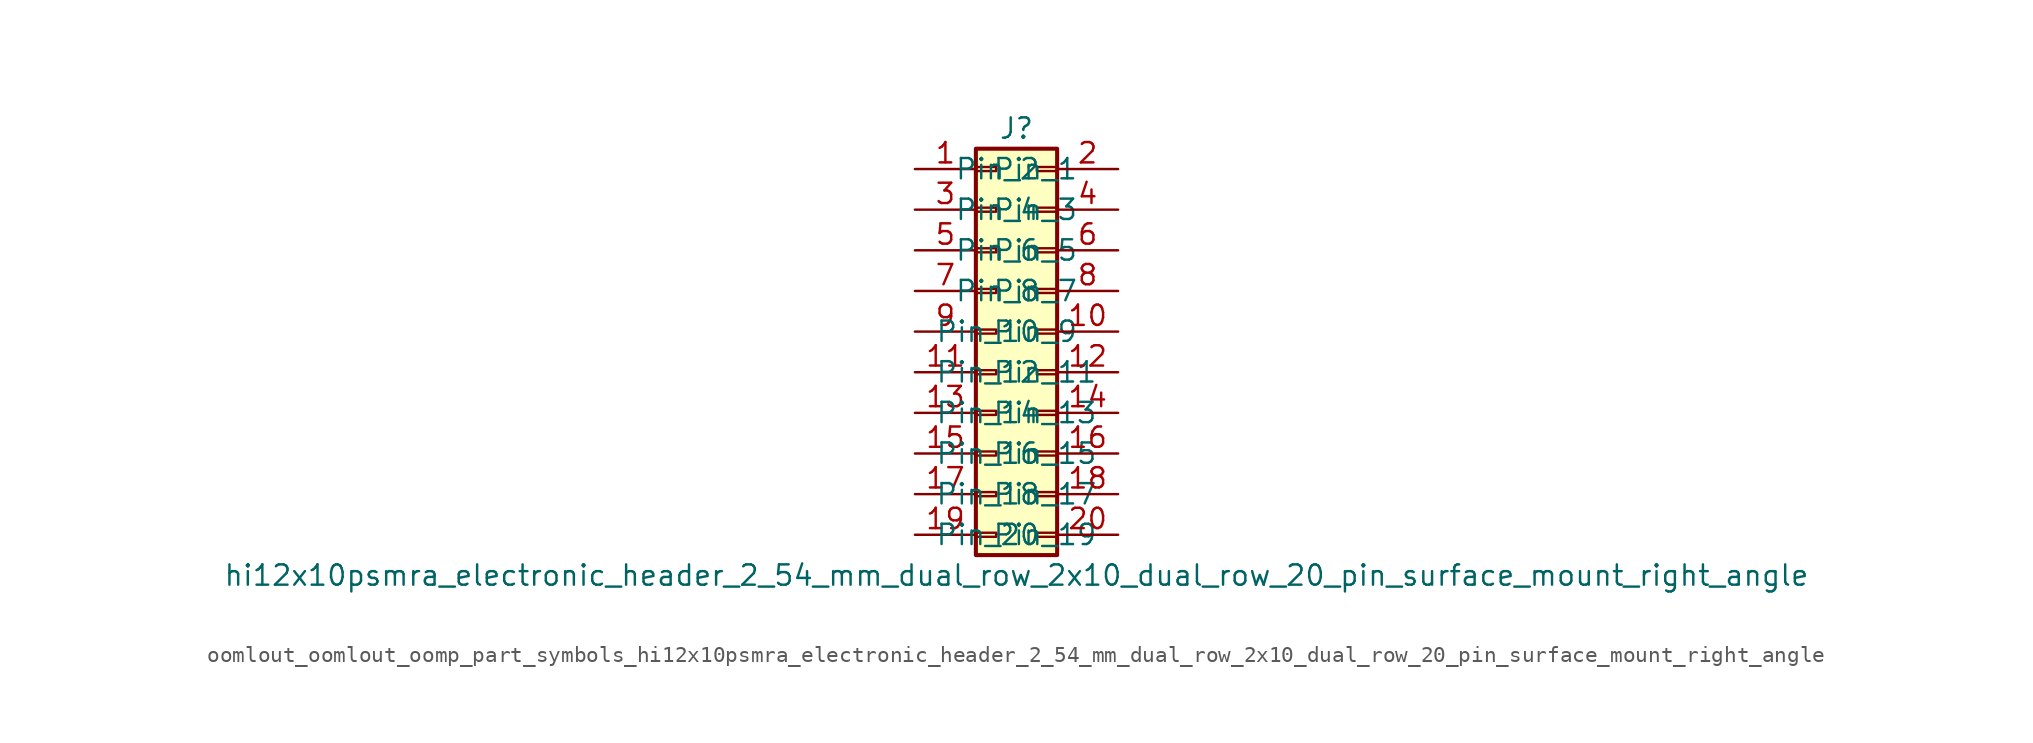
<source format=kicad_sym>
(kicad_symbol_lib
  (version 20220914)
  (generator kicad_symbol_editor)
  (symbol "oomlout_oomlout_oomp_part_symbols_hi12x10psmra_electronic_header_2_54_mm_dual_row_2x10_dual_row_20_pin_surface_mount_right_angle"
    (pin_names
      (offset 1.016))
    (property "Reference" "J"
      (at 1.27 12.7 0)
      (effects (font (size 1.27 1.27))))
    (property "Value" "hi12x10psmra_electronic_header_2_54_mm_dual_row_2x10_dual_row_20_pin_surface_mount_right_angle"
      (at 1.27 -15.24 0)
      (effects (font (size 1.27 1.27))))
    (symbol "oomlout_oomlout_oomp_part_symbols_hi12x10psmra_electronic_header_2_54_mm_dual_row_2x10_dual_row_20_pin_surface_mount_right_angle_1_1"
      (rectangle (start -1.27 -12.573) (end 0 -12.827) (stroke (width 0.152) (type default)) (fill (type none)))
      (rectangle (start -1.27 -10.033) (end 0 -10.287) (stroke (width 0.152) (type default)) (fill (type none)))
      (rectangle (start -1.27 -7.493) (end 0 -7.747) (stroke (width 0.152) (type default)) (fill (type none)))
      (rectangle (start -1.27 -4.953) (end 0 -5.207) (stroke (width 0.152) (type default)) (fill (type none)))
      (rectangle (start -1.27 -2.413) (end 0 -2.667) (stroke (width 0.152) (type default)) (fill (type none)))
      (rectangle (start -1.27 0.127) (end 0 -0.127) (stroke (width 0.152) (type default)) (fill (type none)))
      (rectangle (start -1.27 2.667) (end 0 2.413) (stroke (width 0.152) (type default)) (fill (type none)))
      (rectangle (start -1.27 5.207) (end 0 4.953) (stroke (width 0.152) (type default)) (fill (type none)))
      (rectangle (start -1.27 7.747) (end 0 7.493) (stroke (width 0.152) (type default)) (fill (type none)))
      (rectangle (start -1.27 10.287) (end 0 10.033) (stroke (width 0.152) (type default)) (fill (type none)))
      (rectangle (start -1.27 11.43) (end 3.81 -13.97) (stroke (width 0.254) (type default)) (fill (type background)))
      (rectangle (start 3.81 -12.573) (end 2.54 -12.827) (stroke (width 0.152) (type default)) (fill (type none)))
      (rectangle (start 3.81 -10.033) (end 2.54 -10.287) (stroke (width 0.152) (type default)) (fill (type none)))
      (rectangle (start 3.81 -7.493) (end 2.54 -7.747) (stroke (width 0.152) (type default)) (fill (type none)))
      (rectangle (start 3.81 -4.953) (end 2.54 -5.207) (stroke (width 0.152) (type default)) (fill (type none)))
      (rectangle (start 3.81 -2.413) (end 2.54 -2.667) (stroke (width 0.152) (type default)) (fill (type none)))
      (rectangle (start 3.81 0.127) (end 2.54 -0.127) (stroke (width 0.152) (type default)) (fill (type none)))
      (rectangle (start 3.81 2.667) (end 2.54 2.413) (stroke (width 0.152) (type default)) (fill (type none)))
      (rectangle (start 3.81 5.207) (end 2.54 4.953) (stroke (width 0.152) (type default)) (fill (type none)))
      (rectangle (start 3.81 7.747) (end 2.54 7.493) (stroke (width 0.152) (type default)) (fill (type none)))
      (rectangle (start 3.81 10.287) (end 2.54 10.033) (stroke (width 0.152) (type default)) (fill (type none)))
      (pin passive line (at -5.08 10.16 0) (length 3.81) (name "Pin_1" (effects (font (size 1.27 1.27)))) (number "1" (effects (font (size 1.27 1.27)))))
      (pin passive line (at 7.62 0 180) (length 3.81) (name "Pin_10" (effects (font (size 1.27 1.27)))) (number "10" (effects (font (size 1.27 1.27)))))
      (pin passive line (at -5.08 -2.54 0) (length 3.81) (name "Pin_11" (effects (font (size 1.27 1.27)))) (number "11" (effects (font (size 1.27 1.27)))))
      (pin passive line (at 7.62 -2.54 180) (length 3.81) (name "Pin_12" (effects (font (size 1.27 1.27)))) (number "12" (effects (font (size 1.27 1.27)))))
      (pin passive line (at -5.08 -5.08 0) (length 3.81) (name "Pin_13" (effects (font (size 1.27 1.27)))) (number "13" (effects (font (size 1.27 1.27)))))
      (pin passive line (at 7.62 -5.08 180) (length 3.81) (name "Pin_14" (effects (font (size 1.27 1.27)))) (number "14" (effects (font (size 1.27 1.27)))))
      (pin passive line (at -5.08 -7.62 0) (length 3.81) (name "Pin_15" (effects (font (size 1.27 1.27)))) (number "15" (effects (font (size 1.27 1.27)))))
      (pin passive line (at 7.62 -7.62 180) (length 3.81) (name "Pin_16" (effects (font (size 1.27 1.27)))) (number "16" (effects (font (size 1.27 1.27)))))
      (pin passive line (at -5.08 -10.16 0) (length 3.81) (name "Pin_17" (effects (font (size 1.27 1.27)))) (number "17" (effects (font (size 1.27 1.27)))))
      (pin passive line (at 7.62 -10.16 180) (length 3.81) (name "Pin_18" (effects (font (size 1.27 1.27)))) (number "18" (effects (font (size 1.27 1.27)))))
      (pin passive line (at -5.08 -12.7 0) (length 3.81) (name "Pin_19" (effects (font (size 1.27 1.27)))) (number "19" (effects (font (size 1.27 1.27)))))
      (pin passive line (at 7.62 10.16 180) (length 3.81) (name "Pin_2" (effects (font (size 1.27 1.27)))) (number "2" (effects (font (size 1.27 1.27)))))
      (pin passive line (at 7.62 -12.7 180) (length 3.81) (name "Pin_20" (effects (font (size 1.27 1.27)))) (number "20" (effects (font (size 1.27 1.27)))))
      (pin passive line (at -5.08 7.62 0) (length 3.81) (name "Pin_3" (effects (font (size 1.27 1.27)))) (number "3" (effects (font (size 1.27 1.27)))))
      (pin passive line (at 7.62 7.62 180) (length 3.81) (name "Pin_4" (effects (font (size 1.27 1.27)))) (number "4" (effects (font (size 1.27 1.27)))))
      (pin passive line (at -5.08 5.08 0) (length 3.81) (name "Pin_5" (effects (font (size 1.27 1.27)))) (number "5" (effects (font (size 1.27 1.27)))))
      (pin passive line (at 7.62 5.08 180) (length 3.81) (name "Pin_6" (effects (font (size 1.27 1.27)))) (number "6" (effects (font (size 1.27 1.27)))))
      (pin passive line (at -5.08 2.54 0) (length 3.81) (name "Pin_7" (effects (font (size 1.27 1.27)))) (number "7" (effects (font (size 1.27 1.27)))))
      (pin passive line (at 7.62 2.54 180) (length 3.81) (name "Pin_8" (effects (font (size 1.27 1.27)))) (number "8" (effects (font (size 1.27 1.27)))))
      (pin passive line (at -5.08 0 0) (length 3.81) (name "Pin_9" (effects (font (size 1.27 1.27)))) (number "9" (effects (font (size 1.27 1.27))))))))
</source>
